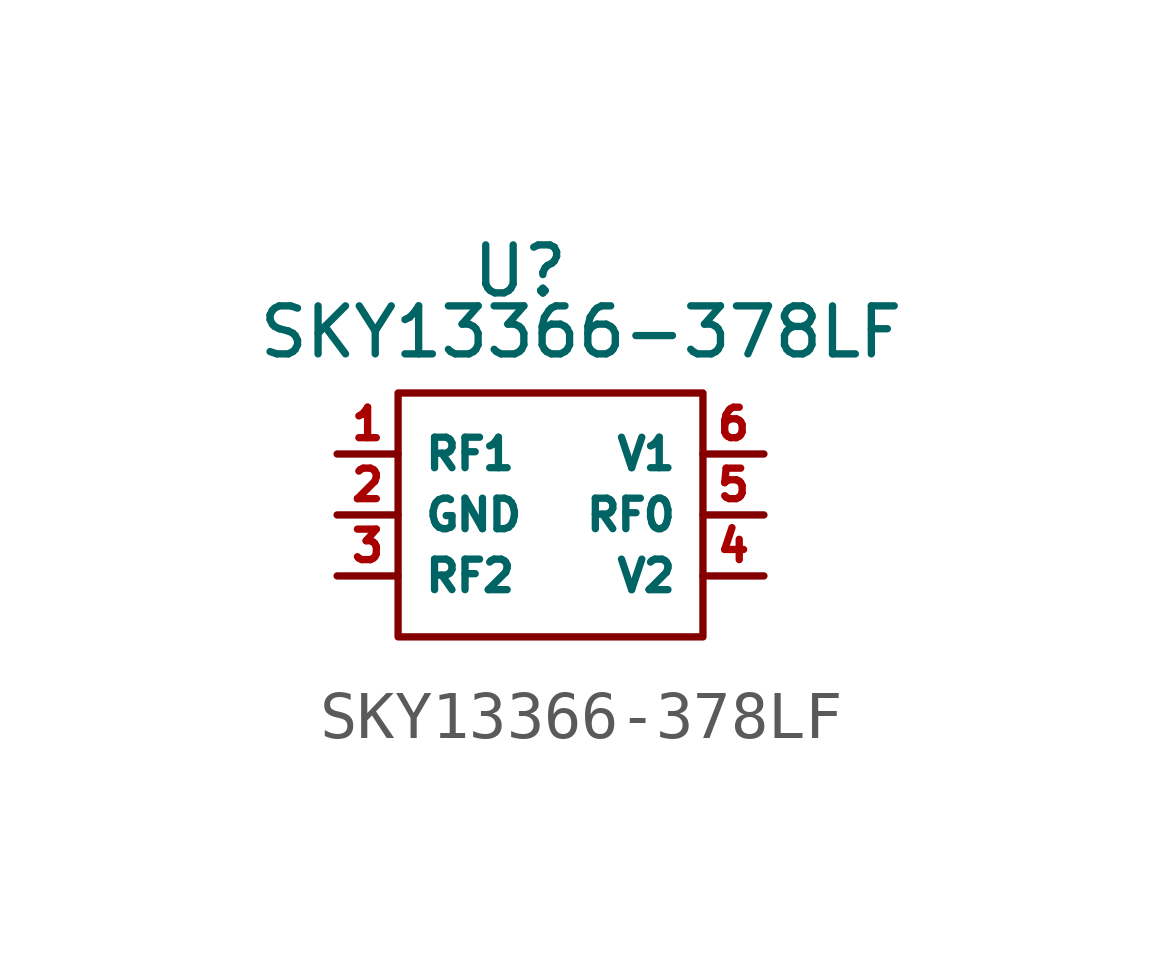
<source format=kicad_sym>
(kicad_symbol_lib
  (version 20220914)
  (generator kicad_symbol_editor)
  (symbol "SKY13366-378LF"
    (property "Reference" "U"
      (at -1.27 5.08 0)
      (effects (font (size 1 1))))
    (property "Value" "SKY13366-378LF"
      (at 0 3.81 0)
      (effects (font (size 1 1))))
    (symbol "SKY13366-378LF_0_1"
      (rectangle (start -3.81 2.54) (end 2.54 -2.54) (stroke (width 0) (type solid)) (fill (type none))))
    (symbol "SKY13366-378LF_1_1"
      (pin bidirectional line (at -5.08 1.27 0) (length 1.27) (name "RF1" (effects (font (size 0.635 0.635)))) (number "1" (effects (font (size 0.635 0.635)))))
      (pin power_in line (at -5.08 0 0) (length 1.27) (name "GND" (effects (font (size 0.635 0.635)))) (number "2" (effects (font (size 0.635 0.635)))))
      (pin bidirectional line (at -5.08 -1.27 0) (length 1.27) (name "RF2" (effects (font (size 0.635 0.635)))) (number "3" (effects (font (size 0.635 0.635)))))
      (pin input line (at 3.81 -1.27 180) (length 1.27) (name "V2" (effects (font (size 0.635 0.635)))) (number "4" (effects (font (size 0.635 0.635)))))
      (pin bidirectional line (at 3.81 0 180) (length 1.27) (name "RF0" (effects (font (size 0.635 0.635)))) (number "5" (effects (font (size 0.635 0.635)))))
      (pin input line (at 3.81 1.27 180) (length 1.27) (name "V1" (effects (font (size 0.635 0.635)))) (number "6" (effects (font (size 0.635 0.635))))))))
</source>
